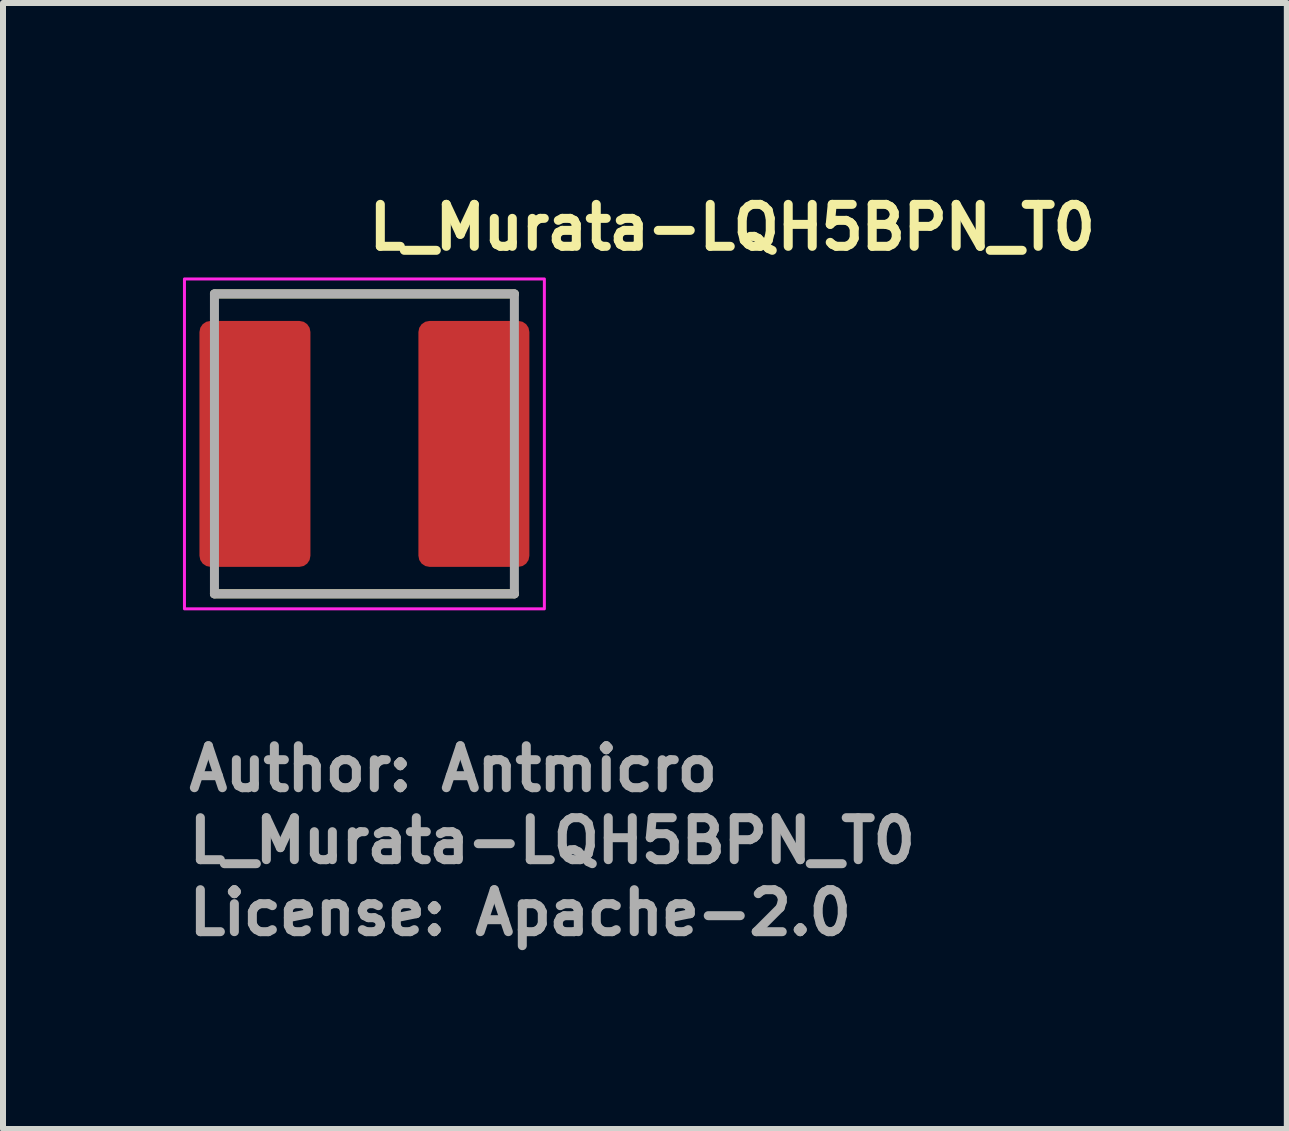
<source format=kicad_pcb>
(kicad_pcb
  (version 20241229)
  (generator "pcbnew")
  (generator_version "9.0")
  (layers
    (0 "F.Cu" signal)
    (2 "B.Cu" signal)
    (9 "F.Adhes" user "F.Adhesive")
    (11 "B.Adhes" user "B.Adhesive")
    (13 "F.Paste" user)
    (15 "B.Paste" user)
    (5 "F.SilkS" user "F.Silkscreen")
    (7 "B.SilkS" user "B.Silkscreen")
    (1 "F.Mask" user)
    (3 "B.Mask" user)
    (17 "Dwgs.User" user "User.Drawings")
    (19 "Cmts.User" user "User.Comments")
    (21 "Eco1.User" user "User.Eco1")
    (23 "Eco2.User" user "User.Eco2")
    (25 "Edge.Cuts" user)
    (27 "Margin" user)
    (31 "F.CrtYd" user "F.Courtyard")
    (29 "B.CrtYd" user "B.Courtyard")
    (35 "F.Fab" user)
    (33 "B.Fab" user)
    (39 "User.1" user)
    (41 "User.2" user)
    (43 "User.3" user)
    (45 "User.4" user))
  (footprint "L_Murata-LQH5BPN_T0"
    (layer "F.Cu")
    (at 3.025 4.35)
    (property "Reference" "L_Murata-LQH5BPN_T0" (at 0 -3.2 0) (layer "F.SilkS") (effects (font (size 0.7 0.7) (thickness 0.15)) (justify left bottom)))
    (attr smd)
    (fp_line (start -2.5 -2.5) (end 2.5 -2.5) (stroke (width 0.15) (type solid)) (layer "F.SilkS"))
    (fp_line (start -2.5 2.5) (end 2.5 2.5) (stroke (width 0.15) (type solid)) (layer "F.SilkS"))
    (fp_rect (start -3 -2.75) (end 3 2.75) (stroke (width 0.05) (type solid)) (fill no) (layer "F.CrtYd"))
    (fp_line (start -2.5 -2.5) (end 2.5 -2.5) (stroke (width 0.15) (type solid)) (layer "F.Fab"))
    (fp_line (start -2.5 2.5) (end -2.5 -2.5) (stroke (width 0.15) (type solid)) (layer "F.Fab"))
    (fp_line (start 2.5 -2.5) (end 2.5 2.5) (stroke (width 0.15) (type solid)) (layer "F.Fab"))
    (fp_line (start 2.5 2.5) (end -2.5 2.5) (stroke (width 0.15) (type solid)) (layer "F.Fab"))
    (fp_rect (start -2.5 -2.5) (end 2.5 2.5) (stroke (width 0.1) (type solid)) (fill no) (layer "User.5"))
    (fp_line (start -2.5 -1.85) (end -2.5 1.85) (stroke (width 0.02) (type solid)) (layer "User.9"))
    (fp_line (start -2.5 -1.85) (end -2.5 1.85) (stroke (width 0.02) (type solid)) (layer "User.9"))
    (fp_line (start -2.5 -1.85) (end -2.5 1.85) (stroke (width 0.02) (type solid)) (layer "User.9"))
    (fp_line (start -2.5 -1.85) (end -2.5 1.85) (stroke (width 0.02) (type solid)) (layer "User.9"))
    (fp_line (start -2.5 1.85) (end -2.499 1.864) (stroke (width 0.02) (type solid)) (layer "User.9"))
    (fp_line (start -2.499 -1.864) (end -2.5 -1.85) (stroke (width 0.02) (type solid)) (layer "User.9"))
    (fp_line (start -2.499 1.864) (end -2.498 1.879) (stroke (width 0.02) (type solid)) (layer "User.9"))
    (fp_line (start -2.498 -1.879) (end -2.499 -1.864) (stroke (width 0.02) (type solid)) (layer "User.9"))
    (fp_line (start -2.498 1.879) (end -2.496 1.894) (stroke (width 0.02) (type solid)) (layer "User.9"))
    (fp_line (start -2.496 -1.894) (end -2.498 -1.879) (stroke (width 0.02) (type solid)) (layer "User.9"))
    (fp_line (start -2.496 1.894) (end -2.494 1.908) (stroke (width 0.02) (type solid)) (layer "User.9"))
    (fp_line (start -2.495 1.904) (end -2.493 1.912) (stroke (width 0.02) (type solid)) (layer "User.9"))
    (fp_line (start -2.494 -1.908) (end -2.496 -1.894) (stroke (width 0.02) (type solid)) (layer "User.9"))
    (fp_line (start -2.494 1.908) (end -2.49 1.923) (stroke (width 0.02) (type solid)) (layer "User.9"))
    (fp_line (start -2.493 -1.912) (end -2.495 -1.904) (stroke (width 0.02) (type solid)) (layer "User.9"))
    (fp_line (start -2.493 1.912) (end -2.491 1.919) (stroke (width 0.02) (type solid)) (layer "User.9"))
    (fp_line (start -2.491 -1.919) (end -2.493 -1.912) (stroke (width 0.02) (type solid)) (layer "User.9"))
    (fp_line (start -2.491 1.919) (end -2.489 1.927) (stroke (width 0.02) (type solid)) (layer "User.9"))
    (fp_line (start -2.49 -1.923) (end -2.494 -1.908) (stroke (width 0.02) (type solid)) (layer "User.9"))
    (fp_line (start -2.49 1.923) (end -2.487 1.937) (stroke (width 0.02) (type solid)) (layer "User.9"))
    (fp_line (start -2.489 -1.927) (end -2.491 -1.919) (stroke (width 0.02) (type solid)) (layer "User.9"))
    (fp_line (start -2.489 1.927) (end -2.487 1.934) (stroke (width 0.02) (type solid)) (layer "User.9"))
    (fp_line (start -2.487 -1.937) (end -2.49 -1.923) (stroke (width 0.02) (type solid)) (layer "User.9"))
    (fp_line (start -2.487 -1.934) (end -2.489 -1.927) (stroke (width 0.02) (type solid)) (layer "User.9"))
    (fp_line (start -2.487 1.934) (end -2.485 1.942) (stroke (width 0.02) (type solid)) (layer "User.9"))
    (fp_line (start -2.487 1.937) (end -2.482 1.951) (stroke (width 0.02) (type solid)) (layer "User.9"))
    (fp_line (start -2.485 -1.942) (end -2.487 -1.934) (stroke (width 0.02) (type solid)) (layer "User.9"))
    (fp_line (start -2.485 1.942) (end -2.483 1.949) (stroke (width 0.02) (type solid)) (layer "User.9"))
    (fp_line (start -2.483 -1.949) (end -2.485 -1.942) (stroke (width 0.02) (type solid)) (layer "User.9"))
    (fp_line (start -2.483 1.949) (end -2.48 1.956) (stroke (width 0.02) (type solid)) (layer "User.9"))
    (fp_line (start -2.482 -1.951) (end -2.487 -1.937) (stroke (width 0.02) (type solid)) (layer "User.9"))
    (fp_line (start -2.482 1.951) (end -2.477 1.964) (stroke (width 0.02) (type solid)) (layer "User.9"))
    (fp_line (start -2.48 -1.956) (end -2.483 -1.949) (stroke (width 0.02) (type solid)) (layer "User.9"))
    (fp_line (start -2.48 1.956) (end -2.477 1.964) (stroke (width 0.02) (type solid)) (layer "User.9"))
    (fp_line (start -2.477 -1.964) (end -2.482 -1.951) (stroke (width 0.02) (type solid)) (layer "User.9"))
    (fp_line (start -2.477 -1.964) (end -2.48 -1.956) (stroke (width 0.02) (type solid)) (layer "User.9"))
    (fp_line (start -2.477 1.964) (end -2.471 1.978) (stroke (width 0.02) (type solid)) (layer "User.9"))
    (fp_line (start -2.471 -1.978) (end -2.477 -1.964) (stroke (width 0.02) (type solid)) (layer "User.9"))
    (fp_line (start -2.471 1.978) (end -2.464 1.991) (stroke (width 0.02) (type solid)) (layer "User.9"))
    (fp_line (start -2.464 -1.991) (end -2.471 -1.978) (stroke (width 0.02) (type solid)) (layer "User.9"))
    (fp_line (start -2.464 1.991) (end -2.457 2.004) (stroke (width 0.02) (type solid)) (layer "User.9"))
    (fp_line (start -2.457 -2.004) (end -2.464 -1.991) (stroke (width 0.02) (type solid)) (layer "User.9"))
    (fp_line (start -2.457 2.004) (end -2.449 2.016) (stroke (width 0.02) (type solid)) (layer "User.9"))
    (fp_line (start -2.449 -2.016) (end -2.457 -2.004) (stroke (width 0.02) (type solid)) (layer "User.9"))
    (fp_line (start -2.449 2.016) (end -2.441 2.028) (stroke (width 0.02) (type solid)) (layer "User.9"))
    (fp_line (start -2.441 -2.028) (end -2.449 -2.016) (stroke (width 0.02) (type solid)) (layer "User.9"))
    (fp_line (start -2.441 2.028) (end -2.432 2.04) (stroke (width 0.02) (type solid)) (layer "User.9"))
    (fp_line (start -2.432 -2.04) (end -2.441 -2.028) (stroke (width 0.02) (type solid)) (layer "User.9"))
    (fp_line (start -2.432 2.04) (end -2.422 2.051) (stroke (width 0.02) (type solid)) (layer "User.9"))
    (fp_line (start -2.422 -2.051) (end -2.432 -2.04) (stroke (width 0.02) (type solid)) (layer "User.9"))
    (fp_line (start -2.422 2.051) (end -2.412 2.062) (stroke (width 0.02) (type solid)) (layer "User.9"))
    (fp_line (start -2.412 -2.062) (end -2.428 -2.044) (stroke (width 0.02) (type solid)) (layer "User.9"))
    (fp_line (start -2.412 -2.062) (end -2.422 -2.051) (stroke (width 0.02) (type solid)) (layer "User.9"))
    (fp_line (start -2.412 -2.062) (end -2.412 -2.062) (stroke (width 0.02) (type solid)) (layer "User.9"))
    (fp_line (start -2.412 2.062) (end -2.412 2.062) (stroke (width 0.02) (type solid)) (layer "User.9"))
    (fp_line (start -2.412 2.062) (end -2.401 2.072) (stroke (width 0.02) (type solid)) (layer "User.9"))
    (fp_line (start -2.412 2.062) (end -2.394 2.078) (stroke (width 0.02) (type solid)) (layer "User.9"))
    (fp_line (start -2.401 -2.072) (end -2.412 -2.062) (stroke (width 0.02) (type solid)) (layer "User.9"))
    (fp_line (start -2.401 2.072) (end -2.39 2.082) (stroke (width 0.02) (type solid)) (layer "User.9"))
    (fp_line (start -2.39 -2.082) (end -2.401 -2.072) (stroke (width 0.02) (type solid)) (layer "User.9"))
    (fp_line (start -2.39 2.082) (end -2.378 2.091) (stroke (width 0.02) (type solid)) (layer "User.9"))
    (fp_line (start -2.378 -2.091) (end -2.39 -2.082) (stroke (width 0.02) (type solid)) (layer "User.9"))
    (fp_line (start -2.378 2.091) (end -2.366 2.099) (stroke (width 0.02) (type solid)) (layer "User.9"))
    (fp_line (start -2.366 -2.099) (end -2.378 -2.091) (stroke (width 0.02) (type solid)) (layer "User.9"))
    (fp_line (start -2.366 2.099) (end -2.354 2.107) (stroke (width 0.02) (type solid)) (layer "User.9"))
    (fp_line (start -2.354 -2.107) (end -2.366 -2.099) (stroke (width 0.02) (type solid)) (layer "User.9"))
    (fp_line (start -2.354 2.107) (end -2.341 2.114) (stroke (width 0.02) (type solid)) (layer "User.9"))
    (fp_line (start -2.341 -2.114) (end -2.354 -2.107) (stroke (width 0.02) (type solid)) (layer "User.9"))
    (fp_line (start -2.341 2.114) (end -2.328 2.121) (stroke (width 0.02) (type solid)) (layer "User.9"))
    (fp_line (start -2.328 -2.121) (end -2.341 -2.114) (stroke (width 0.02) (type solid)) (layer "User.9"))
    (fp_line (start -2.328 2.121) (end -2.314 2.127) (stroke (width 0.02) (type solid)) (layer "User.9"))
    (fp_line (start -2.314 -2.127) (end -2.328 -2.121) (stroke (width 0.02) (type solid)) (layer "User.9"))
    (fp_line (start -2.314 2.127) (end -2.306 2.13) (stroke (width 0.02) (type solid)) (layer "User.9"))
    (fp_line (start -2.314 2.127) (end -2.301 2.132) (stroke (width 0.02) (type solid)) (layer "User.9"))
    (fp_line (start -2.306 -2.13) (end -2.314 -2.127) (stroke (width 0.02) (type solid)) (layer "User.9"))
    (fp_line (start -2.306 2.13) (end -2.299 2.133) (stroke (width 0.02) (type solid)) (layer "User.9"))
    (fp_line (start -2.301 -2.132) (end -2.314 -2.127) (stroke (width 0.02) (type solid)) (layer "User.9"))
    (fp_line (start -2.301 2.132) (end -2.287 2.137) (stroke (width 0.02) (type solid)) (layer "User.9"))
    (fp_line (start -2.299 -2.133) (end -2.306 -2.13) (stroke (width 0.02) (type solid)) (layer "User.9"))
    (fp_line (start -2.299 2.133) (end -2.292 2.135) (stroke (width 0.02) (type solid)) (layer "User.9"))
    (fp_line (start -2.292 -2.135) (end -2.299 -2.133) (stroke (width 0.02) (type solid)) (layer "User.9"))
    (fp_line (start -2.292 2.135) (end -2.284 2.137) (stroke (width 0.02) (type solid)) (layer "User.9"))
    (fp_line (start -2.287 -2.137) (end -2.301 -2.132) (stroke (width 0.02) (type solid)) (layer "User.9"))
    (fp_line (start -2.287 2.137) (end -2.273 2.14) (stroke (width 0.02) (type solid)) (layer "User.9"))
    (fp_line (start -2.284 -2.137) (end -2.292 -2.135) (stroke (width 0.02) (type solid)) (layer "User.9"))
    (fp_line (start -2.284 2.137) (end -2.277 2.139) (stroke (width 0.02) (type solid)) (layer "User.9"))
    (fp_line (start -2.277 -2.139) (end -2.284 -2.137) (stroke (width 0.02) (type solid)) (layer "User.9"))
    (fp_line (start -2.277 2.139) (end -2.269 2.141) (stroke (width 0.02) (type solid)) (layer "User.9"))
    (fp_line (start -2.273 -2.14) (end -2.287 -2.137) (stroke (width 0.02) (type solid)) (layer "User.9"))
    (fp_line (start -2.273 2.14) (end -2.258 2.144) (stroke (width 0.02) (type solid)) (layer "User.9"))
    (fp_line (start -2.269 -2.141) (end -2.277 -2.139) (stroke (width 0.02) (type solid)) (layer "User.9"))
    (fp_line (start -2.269 2.141) (end -2.262 2.143) (stroke (width 0.02) (type solid)) (layer "User.9"))
    (fp_line (start -2.262 -2.143) (end -2.269 -2.141) (stroke (width 0.02) (type solid)) (layer "User.9"))
    (fp_line (start -2.262 2.143) (end -2.254 2.145) (stroke (width 0.02) (type solid)) (layer "User.9"))
    (fp_line (start -2.258 -2.144) (end -2.273 -2.14) (stroke (width 0.02) (type solid)) (layer "User.9"))
    (fp_line (start -2.258 2.144) (end -2.244 2.146) (stroke (width 0.02) (type solid)) (layer "User.9"))
    (fp_line (start -2.254 -2.145) (end -2.262 -2.143) (stroke (width 0.02) (type solid)) (layer "User.9"))
    (fp_line (start -2.244 -2.146) (end -2.258 -2.144) (stroke (width 0.02) (type solid)) (layer "User.9"))
    (fp_line (start -2.244 2.146) (end -2.229 2.148) (stroke (width 0.02) (type solid)) (layer "User.9"))
    (fp_line (start -2.229 -2.148) (end -2.244 -2.146) (stroke (width 0.02) (type solid)) (layer "User.9"))
    (fp_line (start -2.229 2.148) (end -2.214 2.149) (stroke (width 0.02) (type solid)) (layer "User.9"))
    (fp_line (start -2.214 -2.149) (end -2.229 -2.148) (stroke (width 0.02) (type solid)) (layer "User.9"))
    (fp_line (start -2.214 2.149) (end -2.2 2.15) (stroke (width 0.02) (type solid)) (layer "User.9"))
    (fp_line (start -2.2 -2.15) (end -2.214 -2.149) (stroke (width 0.02) (type solid)) (layer "User.9"))
    (fp_line (start -2.2 2.15) (end -1.624 2.15) (stroke (width 0.02) (type solid)) (layer "User.9"))
    (fp_line (start -1.78 -2.15) (end -2.2 -2.15) (stroke (width 0.02) (type solid)) (layer "User.9"))
    (fp_line (start -1.78 -2.15) (end -2.2 -2.15) (stroke (width 0.02) (type solid)) (layer "User.9"))
    (fp_line (start -1.78 -2.15) (end -1.78 -2.275) (stroke (width 0.02) (type solid)) (layer "User.9"))
    (fp_line (start -1.78 2.15) (end -1.78 2.275) (stroke (width 0.02) (type solid)) (layer "User.9"))
    (fp_line (start -1.68 -2.275) (end -1.78 -2.275) (stroke (width 0.02) (type solid)) (layer "User.9"))
    (fp_line (start -1.68 -2.15) (end -1.68 -2.275) (stroke (width 0.02) (type solid)) (layer "User.9"))
    (fp_line (start -1.68 2.15) (end -1.68 2.275) (stroke (width 0.02) (type solid)) (layer "User.9"))
    (fp_line (start -1.68 2.275) (end -1.78 2.275) (stroke (width 0.02) (type solid)) (layer "User.9"))
    (fp_line (start -1.624 -2.15) (end -2.2 -2.15) (stroke (width 0.02) (type solid)) (layer "User.9"))
    (fp_line (start -1.624 -2.15) (end -1.68 -2.15) (stroke (width 0.02) (type solid)) (layer "User.9"))
    (fp_line (start -1.624 -2.15) (end -1.609 -2.15) (stroke (width 0.02) (type solid)) (layer "User.9"))
    (fp_line (start -1.624 2.15) (end -1.609 2.15) (stroke (width 0.02) (type solid)) (layer "User.9"))
    (fp_line (start -1.609 -2.15) (end -1.624 -2.15) (stroke (width 0.02) (type solid)) (layer "User.9"))
    (fp_line (start -1.609 -2.15) (end -1.594 -2.151) (stroke (width 0.02) (type solid)) (layer "User.9"))
    (fp_line (start -1.609 2.15) (end -1.624 2.15) (stroke (width 0.02) (type solid)) (layer "User.9"))
    (fp_line (start -1.609 2.15) (end -1.594 2.151) (stroke (width 0.02) (type solid)) (layer "User.9"))
    (fp_line (start -1.594 -2.151) (end -1.609 -2.15) (stroke (width 0.02) (type solid)) (layer "User.9"))
    (fp_line (start -1.594 -2.151) (end -1.579 -2.153) (stroke (width 0.02) (type solid)) (layer "User.9"))
    (fp_line (start -1.594 2.151) (end -1.609 2.15) (stroke (width 0.02) (type solid)) (layer "User.9"))
    (fp_line (start -1.594 2.151) (end -1.579 2.153) (stroke (width 0.02) (type solid)) (layer "User.9"))
    (fp_line (start -1.579 -2.153) (end -1.594 -2.151) (stroke (width 0.02) (type solid)) (layer "User.9"))
    (fp_line (start -1.579 -2.153) (end -1.565 -2.155) (stroke (width 0.02) (type solid)) (layer "User.9"))
    (fp_line (start -1.579 2.153) (end -1.594 2.151) (stroke (width 0.02) (type solid)) (layer "User.9"))
    (fp_line (start -1.579 2.153) (end -1.565 2.155) (stroke (width 0.02) (type solid)) (layer "User.9"))
    (fp_line (start -1.565 -2.155) (end -1.579 -2.153) (stroke (width 0.02) (type solid)) (layer "User.9"))
    (fp_line (start -1.565 -2.155) (end -1.551 -2.159) (stroke (width 0.02) (type solid)) (layer "User.9"))
    (fp_line (start -1.565 2.155) (end -1.579 2.153) (stroke (width 0.02) (type solid)) (layer "User.9"))
    (fp_line (start -1.565 2.155) (end -1.551 2.159) (stroke (width 0.02) (type solid)) (layer "User.9"))
    (fp_line (start -1.551 -2.159) (end -1.565 -2.155) (stroke (width 0.02) (type solid)) (layer "User.9"))
    (fp_line (start -1.551 -2.159) (end -1.537 -2.162) (stroke (width 0.02) (type solid)) (layer "User.9"))
    (fp_line (start -1.551 2.159) (end -1.565 2.155) (stroke (width 0.02) (type solid)) (layer "User.9"))
    (fp_line (start -1.551 2.159) (end -1.537 2.162) (stroke (width 0.02) (type solid)) (layer "User.9"))
    (fp_line (start -1.537 -2.162) (end -1.551 -2.159) (stroke (width 0.02) (type solid)) (layer "User.9"))
    (fp_line (start -1.537 -2.162) (end -1.523 -2.167) (stroke (width 0.02) (type solid)) (layer "User.9"))
    (fp_line (start -1.537 2.162) (end -1.551 2.159) (stroke (width 0.02) (type solid)) (layer "User.9"))
    (fp_line (start -1.537 2.162) (end -1.523 2.167) (stroke (width 0.02) (type solid)) (layer "User.9"))
    (fp_line (start -1.523 -2.167) (end -1.537 -2.162) (stroke (width 0.02) (type solid)) (layer "User.9"))
    (fp_line (start -1.523 -2.167) (end -1.509 -2.172) (stroke (width 0.02) (type solid)) (layer "User.9"))
    (fp_line (start -1.523 2.167) (end -1.537 2.162) (stroke (width 0.02) (type solid)) (layer "User.9"))
    (fp_line (start -1.523 2.167) (end -1.509 2.172) (stroke (width 0.02) (type solid)) (layer "User.9"))
    (fp_line (start -1.509 -2.172) (end -1.523 -2.167) (stroke (width 0.02) (type solid)) (layer "User.9"))
    (fp_line (start -1.509 -2.172) (end -1.496 -2.178) (stroke (width 0.02) (type solid)) (layer "User.9"))
    (fp_line (start -1.509 2.172) (end -1.523 2.167) (stroke (width 0.02) (type solid)) (layer "User.9"))
    (fp_line (start -1.509 2.172) (end -1.496 2.178) (stroke (width 0.02) (type solid)) (layer "User.9"))
    (fp_line (start -1.496 -2.178) (end -1.509 -2.172) (stroke (width 0.02) (type solid)) (layer "User.9"))
    (fp_line (start -1.496 -2.178) (end -1.482 -2.185) (stroke (width 0.02) (type solid)) (layer "User.9"))
    (fp_line (start -1.496 2.178) (end -1.509 2.172) (stroke (width 0.02) (type solid)) (layer "User.9"))
    (fp_line (start -1.496 2.178) (end -1.482 2.185) (stroke (width 0.02) (type solid)) (layer "User.9"))
    (fp_line (start -1.482 -2.185) (end -1.496 -2.178) (stroke (width 0.02) (type solid)) (layer "User.9"))
    (fp_line (start -1.482 -2.185) (end -1.47 -2.192) (stroke (width 0.02) (type solid)) (layer "User.9"))
    (fp_line (start -1.482 2.185) (end -1.496 2.178) (stroke (width 0.02) (type solid)) (layer "User.9"))
    (fp_line (start -1.482 2.185) (end -1.47 2.192) (stroke (width 0.02) (type solid)) (layer "User.9"))
    (fp_line (start -1.47 -2.192) (end -1.482 -2.185) (stroke (width 0.02) (type solid)) (layer "User.9"))
    (fp_line (start -1.47 -2.192) (end -1.457 -2.2) (stroke (width 0.02) (type solid)) (layer "User.9"))
    (fp_line (start -1.47 2.192) (end -1.482 2.185) (stroke (width 0.02) (type solid)) (layer "User.9"))
    (fp_line (start -1.47 2.192) (end -1.457 2.2) (stroke (width 0.02) (type solid)) (layer "User.9"))
    (fp_line (start -1.457 -2.2) (end -1.47 -2.192) (stroke (width 0.02) (type solid)) (layer "User.9"))
    (fp_line (start -1.457 -2.2) (end -1.445 -2.208) (stroke (width 0.02) (type solid)) (layer "User.9"))
    (fp_line (start -1.457 2.2) (end -1.47 2.192) (stroke (width 0.02) (type solid)) (layer "User.9"))
    (fp_line (start -1.457 2.2) (end -1.445 2.208) (stroke (width 0.02) (type solid)) (layer "User.9"))
    (fp_line (start -1.445 -2.208) (end -1.457 -2.2) (stroke (width 0.02) (type solid)) (layer "User.9"))
    (fp_line (start -1.445 -2.208) (end -1.434 -2.217) (stroke (width 0.02) (type solid)) (layer "User.9"))
    (fp_line (start -1.445 2.208) (end -1.457 2.2) (stroke (width 0.02) (type solid)) (layer "User.9"))
    (fp_line (start -1.445 2.208) (end -1.434 2.217) (stroke (width 0.02) (type solid)) (layer "User.9"))
    (fp_line (start -1.434 -2.217) (end -1.445 -2.208) (stroke (width 0.02) (type solid)) (layer "User.9"))
    (fp_line (start -1.434 -2.217) (end -1.422 -2.227) (stroke (width 0.02) (type solid)) (layer "User.9"))
    (fp_line (start -1.434 2.217) (end -1.445 2.208) (stroke (width 0.02) (type solid)) (layer "User.9"))
    (fp_line (start -1.434 2.217) (end -1.422 2.227) (stroke (width 0.02) (type solid)) (layer "User.9"))
    (fp_line (start -1.422 -2.227) (end -1.434 -2.217) (stroke (width 0.02) (type solid)) (layer "User.9"))
    (fp_line (start -1.422 -2.227) (end -1.412 -2.237) (stroke (width 0.02) (type solid)) (layer "User.9"))
    (fp_line (start -1.422 2.227) (end -1.434 2.217) (stroke (width 0.02) (type solid)) (layer "User.9"))
    (fp_line (start -1.422 2.227) (end -1.412 2.237) (stroke (width 0.02) (type solid)) (layer "User.9"))
    (fp_line (start -1.412 -2.237) (end -1.422 -2.227) (stroke (width 0.02) (type solid)) (layer "User.9"))
    (fp_line (start -1.412 2.237) (end -1.422 2.227) (stroke (width 0.02) (type solid)) (layer "User.9"))
    (fp_line (start -1.412 2.237) (end -1.237 2.412) (stroke (width 0.02) (type solid)) (layer "User.9"))
    (fp_line (start -1.412 2.237) (end -1.237 2.412) (stroke (width 0.02) (type solid)) (layer "User.9"))
    (fp_line (start -1.237 -2.412) (end -1.412 -2.237) (stroke (width 0.02) (type solid)) (layer "User.9"))
    (fp_line (start -1.237 2.412) (end -1.227 2.422) (stroke (width 0.02) (type solid)) (layer "User.9"))
    (fp_line (start -1.227 -2.422) (end -1.237 -2.412) (stroke (width 0.02) (type solid)) (layer "User.9"))
    (fp_line (start -1.227 2.422) (end -1.215 2.432) (stroke (width 0.02) (type solid)) (layer "User.9"))
    (fp_line (start -1.215 -2.432) (end -1.227 -2.422) (stroke (width 0.02) (type solid)) (layer "User.9"))
    (fp_line (start -1.215 2.432) (end -1.204 2.441) (stroke (width 0.02) (type solid)) (layer "User.9"))
    (fp_line (start -1.204 -2.441) (end -1.215 -2.432) (stroke (width 0.02) (type solid)) (layer "User.9"))
    (fp_line (start -1.204 2.441) (end -1.192 2.449) (stroke (width 0.02) (type solid)) (layer "User.9"))
    (fp_line (start -1.192 -2.449) (end -1.204 -2.441) (stroke (width 0.02) (type solid)) (layer "User.9"))
    (fp_line (start -1.192 2.449) (end -1.179 2.457) (stroke (width 0.02) (type solid)) (layer "User.9"))
    (fp_line (start -1.179 -2.457) (end -1.192 -2.449) (stroke (width 0.02) (type solid)) (layer "User.9"))
    (fp_line (start -1.179 2.457) (end -1.167 2.464) (stroke (width 0.02) (type solid)) (layer "User.9"))
    (fp_line (start -1.167 -2.464) (end -1.179 -2.457) (stroke (width 0.02) (type solid)) (layer "User.9"))
    (fp_line (start -1.167 2.464) (end -1.153 2.471) (stroke (width 0.02) (type solid)) (layer "User.9"))
    (fp_line (start -1.153 -2.471) (end -1.167 -2.464) (stroke (width 0.02) (type solid)) (layer "User.9"))
    (fp_line (start -1.153 2.471) (end -1.14 2.477) (stroke (width 0.02) (type solid)) (layer "User.9"))
    (fp_line (start -1.14 -2.477) (end -1.153 -2.471) (stroke (width 0.02) (type solid)) (layer "User.9"))
    (fp_line (start -1.14 2.477) (end -1.126 2.482) (stroke (width 0.02) (type solid)) (layer "User.9"))
    (fp_line (start -1.126 -2.482) (end -1.14 -2.477) (stroke (width 0.02) (type solid)) (layer "User.9"))
    (fp_line (start -1.126 2.482) (end -1.112 2.487) (stroke (width 0.02) (type solid)) (layer "User.9"))
    (fp_line (start -1.112 -2.487) (end -1.126 -2.482) (stroke (width 0.02) (type solid)) (layer "User.9"))
    (fp_line (start -1.112 2.487) (end -1.098 2.49) (stroke (width 0.02) (type solid)) (layer "User.9"))
    (fp_line (start -1.098 -2.49) (end -1.112 -2.487) (stroke (width 0.02) (type solid)) (layer "User.9"))
    (fp_line (start -1.098 2.49) (end -1.084 2.494) (stroke (width 0.02) (type solid)) (layer "User.9"))
    (fp_line (start -1.084 -2.494) (end -1.098 -2.49) (stroke (width 0.02) (type solid)) (layer "User.9"))
    (fp_line (start -1.084 2.494) (end -1.07 2.496) (stroke (width 0.02) (type solid)) (layer "User.9"))
    (fp_line (start -1.07 -2.496) (end -1.084 -2.494) (stroke (width 0.02) (type solid)) (layer "User.9"))
    (fp_line (start -1.07 2.496) (end -1.055 2.498) (stroke (width 0.02) (type solid)) (layer "User.9"))
    (fp_line (start -1.055 -2.498) (end -1.07 -2.496) (stroke (width 0.02) (type solid)) (layer "User.9"))
    (fp_line (start -1.055 2.498) (end -1.04 2.499) (stroke (width 0.02) (type solid)) (layer "User.9"))
    (fp_line (start -1.04 -2.499) (end -1.055 -2.498) (stroke (width 0.02) (type solid)) (layer "User.9"))
    (fp_line (start -1.04 2.499) (end -1.025 2.5) (stroke (width 0.02) (type solid)) (layer "User.9"))
    (fp_line (start -1.025 -2.5) (end -1.04 -2.499) (stroke (width 0.02) (type solid)) (layer "User.9"))
    (fp_line (start -1.025 2.5) (end 1.025 2.5) (stroke (width 0.02) (type solid)) (layer "User.9"))
    (fp_line (start -1.025 2.5) (end 1.025 2.5) (stroke (width 0.02) (type solid)) (layer "User.9"))
    (fp_line (start 0 -2.15) (end -2.2 -2.15) (stroke (width 0.02) (type solid)) (layer "User.9"))
    (fp_line (start 0 -2.15) (end -1.68 -2.15) (stroke (width 0.02) (type solid)) (layer "User.9"))
    (fp_line (start 0 2.15) (end 1.68 2.15) (stroke (width 0.02) (type solid)) (layer "User.9"))
    (fp_line (start 0 2.15) (end 2.2 2.15) (stroke (width 0.02) (type solid)) (layer "User.9"))
    (fp_line (start 1.025 -2.5) (end -1.025 -2.5) (stroke (width 0.02) (type solid)) (layer "User.9"))
    (fp_line (start 1.025 -2.5) (end -1.025 -2.5) (stroke (width 0.02) (type solid)) (layer "User.9"))
    (fp_line (start 1.025 2.5) (end 1.04 2.499) (stroke (width 0.02) (type solid)) (layer "User.9"))
    (fp_line (start 1.04 -2.499) (end 1.025 -2.5) (stroke (width 0.02) (type solid)) (layer "User.9"))
    (fp_line (start 1.04 2.499) (end 1.055 2.498) (stroke (width 0.02) (type solid)) (layer "User.9"))
    (fp_line (start 1.055 -2.498) (end 1.04 -2.499) (stroke (width 0.02) (type solid)) (layer "User.9"))
    (fp_line (start 1.055 2.498) (end 1.07 2.496) (stroke (width 0.02) (type solid)) (layer "User.9"))
    (fp_line (start 1.07 -2.496) (end 1.055 -2.498) (stroke (width 0.02) (type solid)) (layer "User.9"))
    (fp_line (start 1.07 2.496) (end 1.084 2.494) (stroke (width 0.02) (type solid)) (layer "User.9"))
    (fp_line (start 1.084 -2.494) (end 1.07 -2.496) (stroke (width 0.02) (type solid)) (layer "User.9"))
    (fp_line (start 1.084 2.494) (end 1.098 2.49) (stroke (width 0.02) (type solid)) (layer "User.9"))
    (fp_line (start 1.098 -2.49) (end 1.084 -2.494) (stroke (width 0.02) (type solid)) (layer "User.9"))
    (fp_line (start 1.098 2.49) (end 1.112 2.487) (stroke (width 0.02) (type solid)) (layer "User.9"))
    (fp_line (start 1.112 -2.487) (end 1.098 -2.49) (stroke (width 0.02) (type solid)) (layer "User.9"))
    (fp_line (start 1.112 2.487) (end 1.126 2.482) (stroke (width 0.02) (type solid)) (layer "User.9"))
    (fp_line (start 1.126 -2.482) (end 1.112 -2.487) (stroke (width 0.02) (type solid)) (layer "User.9"))
    (fp_line (start 1.126 2.482) (end 1.14 2.477) (stroke (width 0.02) (type solid)) (layer "User.9"))
    (fp_line (start 1.14 -2.477) (end 1.126 -2.482) (stroke (width 0.02) (type solid)) (layer "User.9"))
    (fp_line (start 1.14 2.477) (end 1.153 2.471) (stroke (width 0.02) (type solid)) (layer "User.9"))
    (fp_line (start 1.153 -2.471) (end 1.14 -2.477) (stroke (width 0.02) (type solid)) (layer "User.9"))
    (fp_line (start 1.153 2.471) (end 1.167 2.464) (stroke (width 0.02) (type solid)) (layer "User.9"))
    (fp_line (start 1.167 -2.464) (end 1.153 -2.471) (stroke (width 0.02) (type solid)) (layer "User.9"))
    (fp_line (start 1.167 2.464) (end 1.179 2.457) (stroke (width 0.02) (type solid)) (layer "User.9"))
    (fp_line (start 1.179 -2.457) (end 1.167 -2.464) (stroke (width 0.02) (type solid)) (layer "User.9"))
    (fp_line (start 1.179 2.457) (end 1.192 2.449) (stroke (width 0.02) (type solid)) (layer "User.9"))
    (fp_line (start 1.192 -2.449) (end 1.179 -2.457) (stroke (width 0.02) (type solid)) (layer "User.9"))
    (fp_line (start 1.192 2.449) (end 1.204 2.441) (stroke (width 0.02) (type solid)) (layer "User.9"))
    (fp_line (start 1.204 -2.441) (end 1.192 -2.449) (stroke (width 0.02) (type solid)) (layer "User.9"))
    (fp_line (start 1.204 2.441) (end 1.215 2.432) (stroke (width 0.02) (type solid)) (layer "User.9"))
    (fp_line (start 1.215 -2.432) (end 1.204 -2.441) (stroke (width 0.02) (type solid)) (layer "User.9"))
    (fp_line (start 1.215 2.432) (end 1.227 2.422) (stroke (width 0.02) (type solid)) (layer "User.9"))
    (fp_line (start 1.227 -2.422) (end 1.215 -2.432) (stroke (width 0.02) (type solid)) (layer "User.9"))
    (fp_line (start 1.227 2.422) (end 1.237 2.412) (stroke (width 0.02) (type solid)) (layer "User.9"))
    (fp_line (start 1.237 -2.412) (end 1.227 -2.422) (stroke (width 0.02) (type solid)) (layer "User.9"))
    (fp_line (start 1.237 2.412) (end 1.412 2.237) (stroke (width 0.02) (type solid)) (layer "User.9"))
    (fp_line (start 1.412 -2.237) (end 1.237 -2.412) (stroke (width 0.02) (type solid)) (layer "User.9"))
    (fp_line (start 1.412 -2.237) (end 1.237 -2.412) (stroke (width 0.02) (type solid)) (layer "User.9"))
    (fp_line (start 1.412 -2.237) (end 1.422 -2.227) (stroke (width 0.02) (type solid)) (layer "User.9"))
    (fp_line (start 1.412 2.237) (end 1.422 2.227) (stroke (width 0.02) (type solid)) (layer "User.9"))
    (fp_line (start 1.422 -2.227) (end 1.412 -2.237) (stroke (width 0.02) (type solid)) (layer "User.9"))
    (fp_line (start 1.422 -2.227) (end 1.434 -2.217) (stroke (width 0.02) (type solid)) (layer "User.9"))
    (fp_line (start 1.422 2.227) (end 1.412 2.237) (stroke (width 0.02) (type solid)) (layer "User.9"))
    (fp_line (start 1.422 2.227) (end 1.434 2.217) (stroke (width 0.02) (type solid)) (layer "User.9"))
    (fp_line (start 1.434 -2.217) (end 1.422 -2.227) (stroke (width 0.02) (type solid)) (layer "User.9"))
    (fp_line (start 1.434 -2.217) (end 1.445 -2.208) (stroke (width 0.02) (type solid)) (layer "User.9"))
    (fp_line (start 1.434 2.217) (end 1.422 2.227) (stroke (width 0.02) (type solid)) (layer "User.9"))
    (fp_line (start 1.434 2.217) (end 1.445 2.208) (stroke (width 0.02) (type solid)) (layer "User.9"))
    (fp_line (start 1.445 -2.208) (end 1.434 -2.217) (stroke (width 0.02) (type solid)) (layer "User.9"))
    (fp_line (start 1.445 -2.208) (end 1.457 -2.2) (stroke (width 0.02) (type solid)) (layer "User.9"))
    (fp_line (start 1.445 2.208) (end 1.434 2.217) (stroke (width 0.02) (type solid)) (layer "User.9"))
    (fp_line (start 1.445 2.208) (end 1.457 2.2) (stroke (width 0.02) (type solid)) (layer "User.9"))
    (fp_line (start 1.457 -2.2) (end 1.445 -2.208) (stroke (width 0.02) (type solid)) (layer "User.9"))
    (fp_line (start 1.457 -2.2) (end 1.47 -2.192) (stroke (width 0.02) (type solid)) (layer "User.9"))
    (fp_line (start 1.457 2.2) (end 1.445 2.208) (stroke (width 0.02) (type solid)) (layer "User.9"))
    (fp_line (start 1.457 2.2) (end 1.47 2.192) (stroke (width 0.02) (type solid)) (layer "User.9"))
    (fp_line (start 1.47 -2.192) (end 1.457 -2.2) (stroke (width 0.02) (type solid)) (layer "User.9"))
    (fp_line (start 1.47 -2.192) (end 1.482 -2.185) (stroke (width 0.02) (type solid)) (layer "User.9"))
    (fp_line (start 1.47 2.192) (end 1.457 2.2) (stroke (width 0.02) (type solid)) (layer "User.9"))
    (fp_line (start 1.47 2.192) (end 1.482 2.185) (stroke (width 0.02) (type solid)) (layer "User.9"))
    (fp_line (start 1.482 -2.185) (end 1.47 -2.192) (stroke (width 0.02) (type solid)) (layer "User.9"))
    (fp_line (start 1.482 -2.185) (end 1.496 -2.178) (stroke (width 0.02) (type solid)) (layer "User.9"))
    (fp_line (start 1.482 2.185) (end 1.47 2.192) (stroke (width 0.02) (type solid)) (layer "User.9"))
    (fp_line (start 1.482 2.185) (end 1.496 2.178) (stroke (width 0.02) (type solid)) (layer "User.9"))
    (fp_line (start 1.496 -2.178) (end 1.482 -2.185) (stroke (width 0.02) (type solid)) (layer "User.9"))
    (fp_line (start 1.496 -2.178) (end 1.509 -2.172) (stroke (width 0.02) (type solid)) (layer "User.9"))
    (fp_line (start 1.496 2.178) (end 1.482 2.185) (stroke (width 0.02) (type solid)) (layer "User.9"))
    (fp_line (start 1.496 2.178) (end 1.509 2.172) (stroke (width 0.02) (type solid)) (layer "User.9"))
    (fp_line (start 1.509 -2.172) (end 1.496 -2.178) (stroke (width 0.02) (type solid)) (layer "User.9"))
    (fp_line (start 1.509 -2.172) (end 1.523 -2.167) (stroke (width 0.02) (type solid)) (layer "User.9"))
    (fp_line (start 1.509 2.172) (end 1.496 2.178) (stroke (width 0.02) (type solid)) (layer "User.9"))
    (fp_line (start 1.509 2.172) (end 1.523 2.167) (stroke (width 0.02) (type solid)) (layer "User.9"))
    (fp_line (start 1.523 -2.167) (end 1.509 -2.172) (stroke (width 0.02) (type solid)) (layer "User.9"))
    (fp_line (start 1.523 -2.167) (end 1.537 -2.162) (stroke (width 0.02) (type solid)) (layer "User.9"))
    (fp_line (start 1.523 2.167) (end 1.509 2.172) (stroke (width 0.02) (type solid)) (layer "User.9"))
    (fp_line (start 1.523 2.167) (end 1.537 2.162) (stroke (width 0.02) (type solid)) (layer "User.9"))
    (fp_line (start 1.537 -2.162) (end 1.523 -2.167) (stroke (width 0.02) (type solid)) (layer "User.9"))
    (fp_line (start 1.537 -2.162) (end 1.551 -2.159) (stroke (width 0.02) (type solid)) (layer "User.9"))
    (fp_line (start 1.537 2.162) (end 1.523 2.167) (stroke (width 0.02) (type solid)) (layer "User.9"))
    (fp_line (start 1.537 2.162) (end 1.551 2.159) (stroke (width 0.02) (type solid)) (layer "User.9"))
    (fp_line (start 1.551 -2.159) (end 1.537 -2.162) (stroke (width 0.02) (type solid)) (layer "User.9"))
    (fp_line (start 1.551 -2.159) (end 1.565 -2.155) (stroke (width 0.02) (type solid)) (layer "User.9"))
    (fp_line (start 1.551 2.159) (end 1.537 2.162) (stroke (width 0.02) (type solid)) (layer "User.9"))
    (fp_line (start 1.551 2.159) (end 1.565 2.155) (stroke (width 0.02) (type solid)) (layer "User.9"))
    (fp_line (start 1.565 -2.155) (end 1.551 -2.159) (stroke (width 0.02) (type solid)) (layer "User.9"))
    (fp_line (start 1.565 -2.155) (end 1.579 -2.153) (stroke (width 0.02) (type solid)) (layer "User.9"))
    (fp_line (start 1.565 2.155) (end 1.551 2.159) (stroke (width 0.02) (type solid)) (layer "User.9"))
    (fp_line (start 1.565 2.155) (end 1.579 2.153) (stroke (width 0.02) (type solid)) (layer "User.9"))
    (fp_line (start 1.579 -2.153) (end 1.565 -2.155) (stroke (width 0.02) (type solid)) (layer "User.9"))
    (fp_line (start 1.579 -2.153) (end 1.594 -2.151) (stroke (width 0.02) (type solid)) (layer "User.9"))
    (fp_line (start 1.579 2.153) (end 1.565 2.155) (stroke (width 0.02) (type solid)) (layer "User.9"))
    (fp_line (start 1.579 2.153) (end 1.594 2.151) (stroke (width 0.02) (type solid)) (layer "User.9"))
    (fp_line (start 1.594 -2.151) (end 1.579 -2.153) (stroke (width 0.02) (type solid)) (layer "User.9"))
    (fp_line (start 1.594 -2.151) (end 1.609 -2.15) (stroke (width 0.02) (type solid)) (layer "User.9"))
    (fp_line (start 1.594 2.151) (end 1.579 2.153) (stroke (width 0.02) (type solid)) (layer "User.9"))
    (fp_line (start 1.594 2.151) (end 1.609 2.15) (stroke (width 0.02) (type solid)) (layer "User.9"))
    (fp_line (start 1.609 -2.15) (end 1.594 -2.151) (stroke (width 0.02) (type solid)) (layer "User.9"))
    (fp_line (start 1.609 -2.15) (end 1.624 -2.15) (stroke (width 0.02) (type solid)) (layer "User.9"))
    (fp_line (start 1.609 2.15) (end 1.594 2.151) (stroke (width 0.02) (type solid)) (layer "User.9"))
    (fp_line (start 1.609 2.15) (end 1.624 2.15) (stroke (width 0.02) (type solid)) (layer "User.9"))
    (fp_line (start 1.624 -2.15) (end 1.609 -2.15) (stroke (width 0.02) (type solid)) (layer "User.9"))
    (fp_line (start 1.624 2.15) (end 1.609 2.15) (stroke (width 0.02) (type solid)) (layer "User.9"))
    (fp_line (start 1.624 2.15) (end 1.68 2.15) (stroke (width 0.02) (type solid)) (layer "User.9"))
    (fp_line (start 1.624 2.15) (end 2.2 2.15) (stroke (width 0.02) (type solid)) (layer "User.9"))
    (fp_line (start 1.68 -2.275) (end 1.78 -2.275) (stroke (width 0.02) (type solid)) (layer "User.9"))
    (fp_line (start 1.68 -2.15) (end 1.68 -2.275) (stroke (width 0.02) (type solid)) (layer "User.9"))
    (fp_line (start 1.68 2.15) (end 1.68 2.275) (stroke (width 0.02) (type solid)) (layer "User.9"))
    (fp_line (start 1.68 2.275) (end 1.78 2.275) (stroke (width 0.02) (type solid)) (layer "User.9"))
    (fp_line (start 1.78 -2.15) (end 1.78 -2.275) (stroke (width 0.02) (type solid)) (layer "User.9"))
    (fp_line (start 1.78 2.15) (end 1.78 2.275) (stroke (width 0.02) (type solid)) (layer "User.9"))
    (fp_line (start 1.78 2.15) (end 2.2 2.15) (stroke (width 0.02) (type solid)) (layer "User.9"))
    (fp_line (start 1.78 2.15) (end 2.2 2.15) (stroke (width 0.02) (type solid)) (layer "User.9"))
    (fp_line (start 2.2 -2.15) (end 1.624 -2.15) (stroke (width 0.02) (type solid)) (layer "User.9"))
    (fp_line (start 2.2 2.15) (end 2.214 2.149) (stroke (width 0.02) (type solid)) (layer "User.9"))
    (fp_line (start 2.214 -2.149) (end 2.2 -2.15) (stroke (width 0.02) (type solid)) (layer "User.9"))
    (fp_line (start 2.214 2.149) (end 2.229 2.148) (stroke (width 0.02) (type solid)) (layer "User.9"))
    (fp_line (start 2.229 -2.148) (end 2.214 -2.149) (stroke (width 0.02) (type solid)) (layer "User.9"))
    (fp_line (start 2.229 2.148) (end 2.244 2.146) (stroke (width 0.02) (type solid)) (layer "User.9"))
    (fp_line (start 2.244 -2.146) (end 2.229 -2.148) (stroke (width 0.02) (type solid)) (layer "User.9"))
    (fp_line (start 2.244 2.146) (end 2.258 2.144) (stroke (width 0.02) (type solid)) (layer "User.9"))
    (fp_line (start 2.254 2.145) (end 2.262 2.143) (stroke (width 0.02) (type solid)) (layer "User.9"))
    (fp_line (start 2.258 -2.144) (end 2.244 -2.146) (stroke (width 0.02) (type solid)) (layer "User.9"))
    (fp_line (start 2.258 2.144) (end 2.273 2.14) (stroke (width 0.02) (type solid)) (layer "User.9"))
    (fp_line (start 2.262 -2.143) (end 2.254 -2.145) (stroke (width 0.02) (type solid)) (layer "User.9"))
    (fp_line (start 2.262 2.143) (end 2.269 2.141) (stroke (width 0.02) (type solid)) (layer "User.9"))
    (fp_line (start 2.269 -2.141) (end 2.262 -2.143) (stroke (width 0.02) (type solid)) (layer "User.9"))
    (fp_line (start 2.269 2.141) (end 2.277 2.139) (stroke (width 0.02) (type solid)) (layer "User.9"))
    (fp_line (start 2.273 -2.14) (end 2.258 -2.144) (stroke (width 0.02) (type solid)) (layer "User.9"))
    (fp_line (start 2.273 2.14) (end 2.287 2.137) (stroke (width 0.02) (type solid)) (layer "User.9"))
    (fp_line (start 2.277 -2.139) (end 2.269 -2.141) (stroke (width 0.02) (type solid)) (layer "User.9"))
    (fp_line (start 2.277 2.139) (end 2.284 2.137) (stroke (width 0.02) (type solid)) (layer "User.9"))
    (fp_line (start 2.284 -2.137) (end 2.277 -2.139) (stroke (width 0.02) (type solid)) (layer "User.9"))
    (fp_line (start 2.284 2.137) (end 2.292 2.135) (stroke (width 0.02) (type solid)) (layer "User.9"))
    (fp_line (start 2.287 -2.137) (end 2.273 -2.14) (stroke (width 0.02) (type solid)) (layer "User.9"))
    (fp_line (start 2.287 2.137) (end 2.301 2.132) (stroke (width 0.02) (type solid)) (layer "User.9"))
    (fp_line (start 2.292 -2.135) (end 2.284 -2.137) (stroke (width 0.02) (type solid)) (layer "User.9"))
    (fp_line (start 2.292 2.135) (end 2.299 2.133) (stroke (width 0.02) (type solid)) (layer "User.9"))
    (fp_line (start 2.299 -2.133) (end 2.292 -2.135) (stroke (width 0.02) (type solid)) (layer "User.9"))
    (fp_line (start 2.299 2.133) (end 2.306 2.13) (stroke (width 0.02) (type solid)) (layer "User.9"))
    (fp_line (start 2.301 -2.132) (end 2.287 -2.137) (stroke (width 0.02) (type solid)) (layer "User.9"))
    (fp_line (start 2.301 2.132) (end 2.314 2.127) (stroke (width 0.02) (type solid)) (layer "User.9"))
    (fp_line (start 2.306 -2.13) (end 2.299 -2.133) (stroke (width 0.02) (type solid)) (layer "User.9"))
    (fp_line (start 2.306 2.13) (end 2.314 2.127) (stroke (width 0.02) (type solid)) (layer "User.9"))
    (fp_line (start 2.314 -2.127) (end 2.301 -2.132) (stroke (width 0.02) (type solid)) (layer "User.9"))
    (fp_line (start 2.314 -2.127) (end 2.306 -2.13) (stroke (width 0.02) (type solid)) (layer "User.9"))
    (fp_line (start 2.314 2.127) (end 2.328 2.121) (stroke (width 0.02) (type solid)) (layer "User.9"))
    (fp_line (start 2.328 -2.121) (end 2.314 -2.127) (stroke (width 0.02) (type solid)) (layer "User.9"))
    (fp_line (start 2.328 2.121) (end 2.341 2.114) (stroke (width 0.02) (type solid)) (layer "User.9"))
    (fp_line (start 2.341 -2.114) (end 2.328 -2.121) (stroke (width 0.02) (type solid)) (layer "User.9"))
    (fp_line (start 2.341 2.114) (end 2.354 2.107) (stroke (width 0.02) (type solid)) (layer "User.9"))
    (fp_line (start 2.354 -2.107) (end 2.341 -2.114) (stroke (width 0.02) (type solid)) (layer "User.9"))
    (fp_line (start 2.354 2.107) (end 2.366 2.099) (stroke (width 0.02) (type solid)) (layer "User.9"))
    (fp_line (start 2.366 -2.099) (end 2.354 -2.107) (stroke (width 0.02) (type solid)) (layer "User.9"))
    (fp_line (start 2.366 2.099) (end 2.378 2.091) (stroke (width 0.02) (type solid)) (layer "User.9"))
    (fp_line (start 2.378 -2.091) (end 2.366 -2.099) (stroke (width 0.02) (type solid)) (layer "User.9"))
    (fp_line (start 2.378 2.091) (end 2.39 2.082) (stroke (width 0.02) (type solid)) (layer "User.9"))
    (fp_line (start 2.39 -2.082) (end 2.378 -2.091) (stroke (width 0.02) (type solid)) (layer "User.9"))
    (fp_line (start 2.39 2.082) (end 2.401 2.072) (stroke (width 0.02) (type solid)) (layer "User.9"))
    (fp_line (start 2.401 -2.072) (end 2.39 -2.082) (stroke (width 0.02) (type solid)) (layer "User.9"))
    (fp_line (start 2.401 2.072) (end 2.412 2.062) (stroke (width 0.02) (type solid)) (layer "User.9"))
    (fp_line (start 2.412 -2.062) (end 2.394 -2.078) (stroke (width 0.02) (type solid)) (layer "User.9"))
    (fp_line (start 2.412 -2.062) (end 2.401 -2.072) (stroke (width 0.02) (type solid)) (layer "User.9"))
    (fp_line (start 2.412 -2.062) (end 2.412 -2.062) (stroke (width 0.02) (type solid)) (layer "User.9"))
    (fp_line (start 2.412 2.062) (end 2.412 2.062) (stroke (width 0.02) (type solid)) (layer "User.9"))
    (fp_line (start 2.412 2.062) (end 2.422 2.051) (stroke (width 0.02) (type solid)) (layer "User.9"))
    (fp_line (start 2.412 2.062) (end 2.428 2.044) (stroke (width 0.02) (type solid)) (layer "User.9"))
    (fp_line (start 2.422 -2.051) (end 2.412 -2.062) (stroke (width 0.02) (type solid)) (layer "User.9"))
    (fp_line (start 2.422 2.051) (end 2.432 2.04) (stroke (width 0.02) (type solid)) (layer "User.9"))
    (fp_line (start 2.432 -2.04) (end 2.422 -2.051) (stroke (width 0.02) (type solid)) (layer "User.9"))
    (fp_line (start 2.432 2.04) (end 2.441 2.028) (stroke (width 0.02) (type solid)) (layer "User.9"))
    (fp_line (start 2.441 -2.028) (end 2.432 -2.04) (stroke (width 0.02) (type solid)) (layer "User.9"))
    (fp_line (start 2.441 2.028) (end 2.449 2.016) (stroke (width 0.02) (type solid)) (layer "User.9"))
    (fp_line (start 2.449 -2.016) (end 2.441 -2.028) (stroke (width 0.02) (type solid)) (layer "User.9"))
    (fp_line (start 2.449 2.016) (end 2.457 2.004) (stroke (width 0.02) (type solid)) (layer "User.9"))
    (fp_line (start 2.457 -2.004) (end 2.449 -2.016) (stroke (width 0.02) (type solid)) (layer "User.9"))
    (fp_line (start 2.457 2.004) (end 2.464 1.991) (stroke (width 0.02) (type solid)) (layer "User.9"))
    (fp_line (start 2.464 -1.991) (end 2.457 -2.004) (stroke (width 0.02) (type solid)) (layer "User.9"))
    (fp_line (start 2.464 1.991) (end 2.471 1.978) (stroke (width 0.02) (type solid)) (layer "User.9"))
    (fp_line (start 2.471 -1.978) (end 2.464 -1.991) (stroke (width 0.02) (type solid)) (layer "User.9"))
    (fp_line (start 2.471 1.978) (end 2.477 1.964) (stroke (width 0.02) (type solid)) (layer "User.9"))
    (fp_line (start 2.477 -1.964) (end 2.471 -1.978) (stroke (width 0.02) (type solid)) (layer "User.9"))
    (fp_line (start 2.477 1.964) (end 2.48 1.956) (stroke (width 0.02) (type solid)) (layer "User.9"))
    (fp_line (start 2.477 1.964) (end 2.482 1.951) (stroke (width 0.02) (type solid)) (layer "User.9"))
    (fp_line (start 2.48 -1.956) (end 2.477 -1.964) (stroke (width 0.02) (type solid)) (layer "User.9"))
    (fp_line (start 2.48 1.956) (end 2.483 1.949) (stroke (width 0.02) (type solid)) (layer "User.9"))
    (fp_line (start 2.482 -1.951) (end 2.477 -1.964) (stroke (width 0.02) (type solid)) (layer "User.9"))
    (fp_line (start 2.482 1.951) (end 2.487 1.937) (stroke (width 0.02) (type solid)) (layer "User.9"))
    (fp_line (start 2.483 -1.949) (end 2.48 -1.956) (stroke (width 0.02) (type solid)) (layer "User.9"))
    (fp_line (start 2.483 1.949) (end 2.485 1.942) (stroke (width 0.02) (type solid)) (layer "User.9"))
    (fp_line (start 2.485 -1.942) (end 2.483 -1.949) (stroke (width 0.02) (type solid)) (layer "User.9"))
    (fp_line (start 2.485 1.942) (end 2.487 1.934) (stroke (width 0.02) (type solid)) (layer "User.9"))
    (fp_line (start 2.487 -1.937) (end 2.482 -1.951) (stroke (width 0.02) (type solid)) (layer "User.9"))
    (fp_line (start 2.487 -1.934) (end 2.485 -1.942) (stroke (width 0.02) (type solid)) (layer "User.9"))
    (fp_line (start 2.487 1.934) (end 2.489 1.927) (stroke (width 0.02) (type solid)) (layer "User.9"))
    (fp_line (start 2.487 1.937) (end 2.49 1.923) (stroke (width 0.02) (type solid)) (layer "User.9"))
    (fp_line (start 2.489 -1.927) (end 2.487 -1.934) (stroke (width 0.02) (type solid)) (layer "User.9"))
    (fp_line (start 2.489 1.927) (end 2.491 1.919) (stroke (width 0.02) (type solid)) (layer "User.9"))
    (fp_line (start 2.49 -1.923) (end 2.487 -1.937) (stroke (width 0.02) (type solid)) (layer "User.9"))
    (fp_line (start 2.49 1.923) (end 2.494 1.908) (stroke (width 0.02) (type solid)) (layer "User.9"))
    (fp_line (start 2.491 -1.919) (end 2.489 -1.927) (stroke (width 0.02) (type solid)) (layer "User.9"))
    (fp_line (start 2.491 1.919) (end 2.493 1.912) (stroke (width 0.02) (type solid)) (layer "User.9"))
    (fp_line (start 2.493 -1.912) (end 2.491 -1.919) (stroke (width 0.02) (type solid)) (layer "User.9"))
    (fp_line (start 2.493 1.912) (end 2.495 1.904) (stroke (width 0.02) (type solid)) (layer "User.9"))
    (fp_line (start 2.494 -1.908) (end 2.49 -1.923) (stroke (width 0.02) (type solid)) (layer "User.9"))
    (fp_line (start 2.494 1.908) (end 2.496 1.894) (stroke (width 0.02) (type solid)) (layer "User.9"))
    (fp_line (start 2.495 -1.904) (end 2.493 -1.912) (stroke (width 0.02) (type solid)) (layer "User.9"))
    (fp_line (start 2.496 -1.894) (end 2.494 -1.908) (stroke (width 0.02) (type solid)) (layer "User.9"))
    (fp_line (start 2.496 1.894) (end 2.498 1.879) (stroke (width 0.02) (type solid)) (layer "User.9"))
    (fp_line (start 2.498 -1.879) (end 2.496 -1.894) (stroke (width 0.02) (type solid)) (layer "User.9"))
    (fp_line (start 2.498 1.879) (end 2.499 1.864) (stroke (width 0.02) (type solid)) (layer "User.9"))
    (fp_line (start 2.499 -1.864) (end 2.498 -1.879) (stroke (width 0.02) (type solid)) (layer "User.9"))
    (fp_line (start 2.499 1.864) (end 2.5 1.85) (stroke (width 0.02) (type solid)) (layer "User.9"))
    (fp_line (start 2.5 -1.85) (end 2.499 -1.864) (stroke (width 0.02) (type solid)) (layer "User.9"))
    (fp_line (start 2.5 1.85) (end 2.5 -1.85) (stroke (width 0.02) (type solid)) (layer "User.9"))
    (fp_line (start 2.5 1.85) (end 2.5 -1.85) (stroke (width 0.02) (type solid)) (layer "User.9"))
    (fp_line (start 2.5 1.85) (end 2.5 -1.85) (stroke (width 0.02) (type solid)) (layer "User.9"))
    (fp_line (start 2.5 1.85) (end 2.5 -1.85) (stroke (width 0.02) (type solid)) (layer "User.9"))
    (fp_text user "${REFERENCE}" (at -3 7.025 0) (layer "F.Fab") (effects (font (size 0.7 0.7) (thickness 0.15)) (justify left bottom)))
    (fp_text user "Author: Antmicro" (at -3 5.825 0) (layer "F.Fab") (effects (font (size 0.7 0.7) (thickness 0.15)) (justify left bottom)))
    (fp_text user "License: Apache-2.0" (at -3 8.225 0) (layer "F.Fab") (effects (font (size 0.7 0.7) (thickness 0.15)) (justify left bottom)))
    (pad "1" smd roundrect (at -1.825 0) (size 1.85 4.1) (layers "F.Cu" "F.Mask" "F.Paste") (roundrect_rratio 0.1))
    (pad "2" smd roundrect (at 1.825 0) (size 1.85 4.1) (layers "F.Cu" "F.Mask" "F.Paste") (roundrect_rratio 0.1)))
  (gr_rect
    (start -3 -3)
    (end 18.402 15.771)
    (stroke (width 0.1) (type default))
    (fill no)
    (layer "Edge.Cuts")))
</source>
